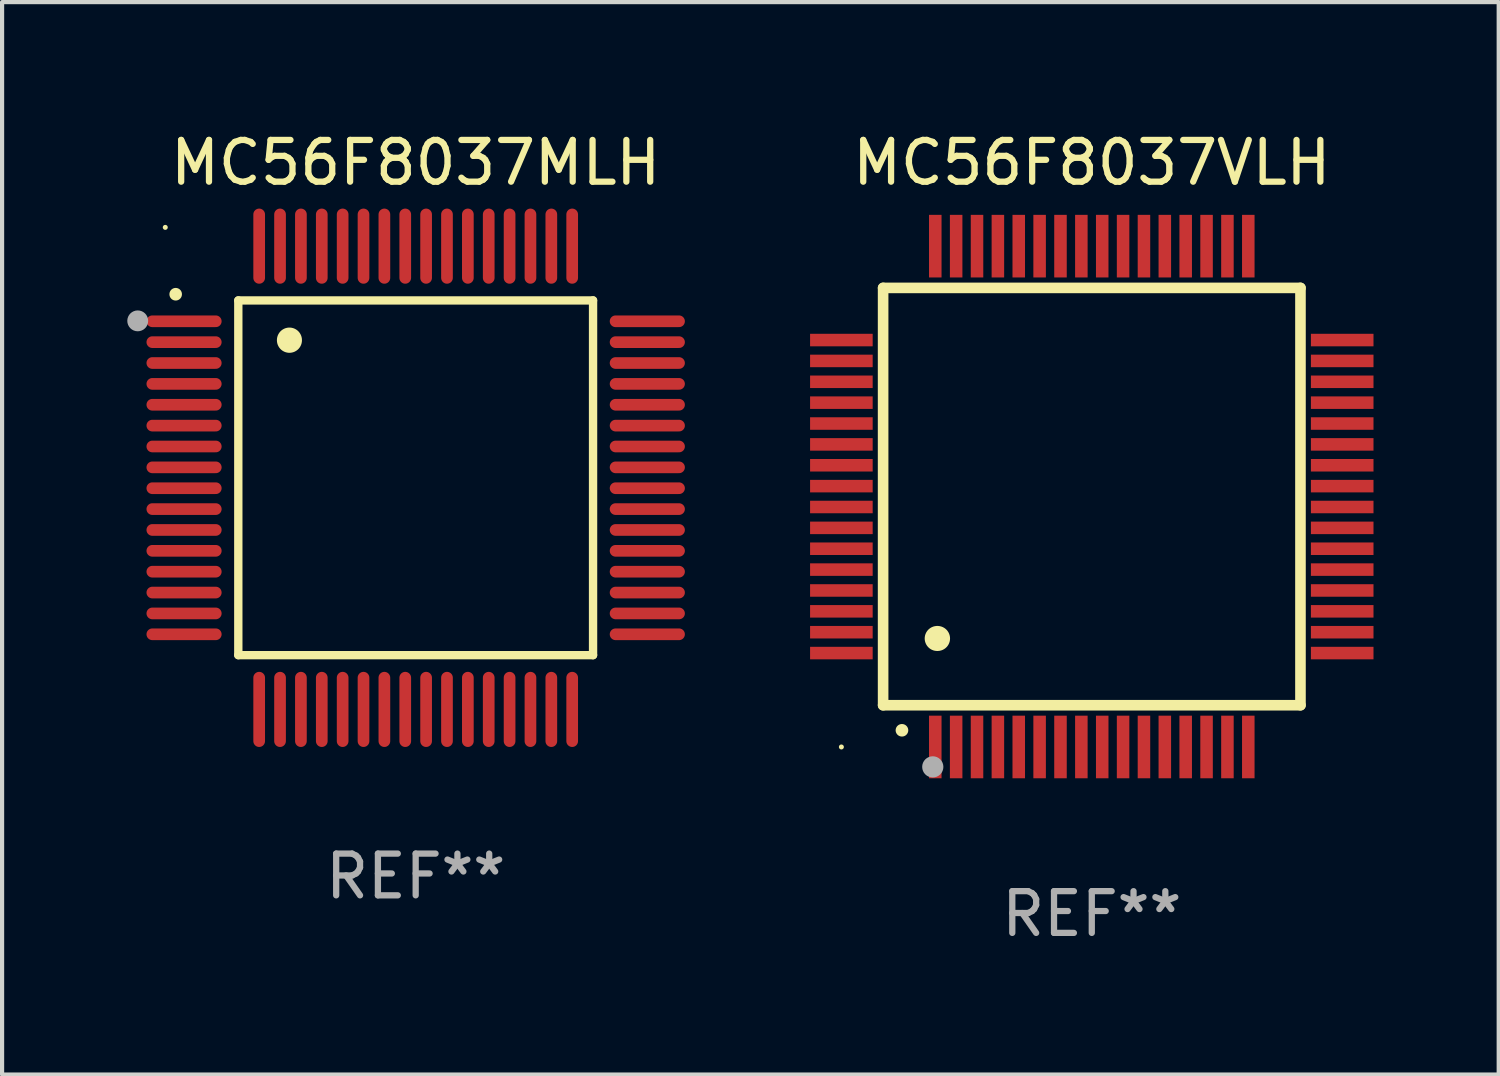
<source format=kicad_pcb>
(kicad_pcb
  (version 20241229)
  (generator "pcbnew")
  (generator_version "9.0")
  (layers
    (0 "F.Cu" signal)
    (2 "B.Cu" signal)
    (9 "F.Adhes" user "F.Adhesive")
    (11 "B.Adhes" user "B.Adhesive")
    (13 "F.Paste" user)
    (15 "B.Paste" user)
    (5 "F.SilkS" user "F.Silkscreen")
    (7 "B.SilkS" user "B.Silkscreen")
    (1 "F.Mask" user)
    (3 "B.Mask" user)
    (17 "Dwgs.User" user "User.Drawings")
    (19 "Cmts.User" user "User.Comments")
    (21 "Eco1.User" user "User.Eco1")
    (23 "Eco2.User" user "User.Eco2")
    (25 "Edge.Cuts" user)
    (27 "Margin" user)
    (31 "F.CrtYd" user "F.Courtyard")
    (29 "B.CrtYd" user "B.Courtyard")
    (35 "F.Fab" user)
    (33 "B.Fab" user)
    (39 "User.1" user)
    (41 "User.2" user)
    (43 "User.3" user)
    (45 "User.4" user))
  (footprint "MC56F8037VLH"
    (layer "F.Cu")
    (at 23.11 8.848)
    (property "Reference" "MC56F8037VLH" (at 0 -8 0) (layer "F.SilkS") (effects (font (size 1 1) (thickness 0.15))))
    (attr through_hole)
    (fp_line (start -5 -5) (end -5 5) (stroke (width 0.254) (type solid)) (layer "F.SilkS"))
    (fp_line (start -5 -5) (end 5 -5) (stroke (width 0.254) (type solid)) (layer "F.SilkS"))
    (fp_line (start -5 5) (end 5 5) (stroke (width 0.254) (type solid)) (layer "F.SilkS"))
    (fp_line (start 5 -5) (end 5 5) (stroke (width 0.254) (type solid)) (layer "F.SilkS"))
    (fp_arc (start -4.549987 5.6) (mid -4.548717 5.599995) (end -4.547447 5.6) (stroke (width 0.3) (type solid)) (layer "F.SilkS"))
    (fp_arc (start -3.703835 3.400076) (mid -3.700025 3.400052) (end -3.696215 3.400076) (stroke (width 0.6) (type solid)) (layer "F.SilkS"))
    (fp_circle (center -6 6) (end -5.97 6) (stroke (width 0.06) (type solid)) (fill no) (layer "F.SilkS"))
    (fp_circle (center -3.81 6.477) (end -3.683 6.477) (stroke (width 0.254) (type solid)) (fill no) (layer "F.Fab"))
    (fp_text user "REF**" (at 0 10 0) (layer "F.Fab") (effects (font (size 1 1) (thickness 0.15))))
    (pad "1" smd rect (at -3.75 6 180) (size 0.3 1.5) (layers "F.Cu" "F.Mask" "F.Paste"))
    (pad "2" smd rect (at -3.25 6 180) (size 0.3 1.5) (layers "F.Cu" "F.Mask" "F.Paste"))
    (pad "3" smd rect (at -2.75 6 180) (size 0.3 1.5) (layers "F.Cu" "F.Mask" "F.Paste"))
    (pad "4" smd rect (at -2.25 6 180) (size 0.3 1.5) (layers "F.Cu" "F.Mask" "F.Paste"))
    (pad "5" smd rect (at -1.75 6 180) (size 0.3 1.5) (layers "F.Cu" "F.Mask" "F.Paste"))
    (pad "6" smd rect (at -1.25 6 180) (size 0.3 1.5) (layers "F.Cu" "F.Mask" "F.Paste"))
    (pad "7" smd rect (at -0.75 6 180) (size 0.3 1.5) (layers "F.Cu" "F.Mask" "F.Paste"))
    (pad "8" smd rect (at -0.25 6 180) (size 0.3 1.5) (layers "F.Cu" "F.Mask" "F.Paste"))
    (pad "9" smd rect (at 0.25 6 180) (size 0.3 1.5) (layers "F.Cu" "F.Mask" "F.Paste"))
    (pad "10" smd rect (at 0.75 6 180) (size 0.3 1.5) (layers "F.Cu" "F.Mask" "F.Paste"))
    (pad "11" smd rect (at 1.25 6 180) (size 0.3 1.5) (layers "F.Cu" "F.Mask" "F.Paste"))
    (pad "12" smd rect (at 1.75 6 180) (size 0.3 1.5) (layers "F.Cu" "F.Mask" "F.Paste"))
    (pad "13" smd rect (at 2.25 6 180) (size 0.3 1.5) (layers "F.Cu" "F.Mask" "F.Paste"))
    (pad "14" smd rect (at 2.75 6 180) (size 0.3 1.5) (layers "F.Cu" "F.Mask" "F.Paste"))
    (pad "15" smd rect (at 3.25 6 180) (size 0.3 1.5) (layers "F.Cu" "F.Mask" "F.Paste"))
    (pad "16" smd rect (at 3.75 6 180) (size 0.3 1.5) (layers "F.Cu" "F.Mask" "F.Paste"))
    (pad "17" smd rect (at 6 3.75 90) (size 0.3 1.5) (layers "F.Cu" "F.Mask" "F.Paste"))
    (pad "18" smd rect (at 6 3.25 90) (size 0.3 1.5) (layers "F.Cu" "F.Mask" "F.Paste"))
    (pad "19" smd rect (at 6 2.75 90) (size 0.3 1.5) (layers "F.Cu" "F.Mask" "F.Paste"))
    (pad "20" smd rect (at 6 2.25 90) (size 0.3 1.5) (layers "F.Cu" "F.Mask" "F.Paste"))
    (pad "21" smd rect (at 6 1.75 90) (size 0.3 1.5) (layers "F.Cu" "F.Mask" "F.Paste"))
    (pad "22" smd rect (at 6 1.25 90) (size 0.3 1.5) (layers "F.Cu" "F.Mask" "F.Paste"))
    (pad "23" smd rect (at 6 0.75 90) (size 0.3 1.5) (layers "F.Cu" "F.Mask" "F.Paste"))
    (pad "24" smd rect (at 6 0.25 90) (size 0.3 1.5) (layers "F.Cu" "F.Mask" "F.Paste"))
    (pad "25" smd rect (at 6 -0.25 90) (size 0.3 1.5) (layers "F.Cu" "F.Mask" "F.Paste"))
    (pad "26" smd rect (at 6 -0.75 90) (size 0.3 1.5) (layers "F.Cu" "F.Mask" "F.Paste"))
    (pad "27" smd rect (at 6 -1.25 90) (size 0.3 1.5) (layers "F.Cu" "F.Mask" "F.Paste"))
    (pad "28" smd rect (at 6 -1.75 90) (size 0.3 1.5) (layers "F.Cu" "F.Mask" "F.Paste"))
    (pad "29" smd rect (at 6 -2.25 90) (size 0.3 1.5) (layers "F.Cu" "F.Mask" "F.Paste"))
    (pad "30" smd rect (at 6 -2.75 90) (size 0.3 1.5) (layers "F.Cu" "F.Mask" "F.Paste"))
    (pad "31" smd rect (at 6 -3.25 90) (size 0.3 1.5) (layers "F.Cu" "F.Mask" "F.Paste"))
    (pad "32" smd rect (at 6 -3.75 90) (size 0.3 1.5) (layers "F.Cu" "F.Mask" "F.Paste"))
    (pad "33" smd rect (at 3.75 -6 180) (size 0.3 1.5) (layers "F.Cu" "F.Mask" "F.Paste"))
    (pad "34" smd rect (at 3.25 -6 180) (size 0.3 1.5) (layers "F.Cu" "F.Mask" "F.Paste"))
    (pad "35" smd rect (at 2.75 -6 180) (size 0.3 1.5) (layers "F.Cu" "F.Mask" "F.Paste"))
    (pad "36" smd rect (at 2.25 -6 180) (size 0.3 1.5) (layers "F.Cu" "F.Mask" "F.Paste"))
    (pad "37" smd rect (at 1.75 -6 180) (size 0.3 1.5) (layers "F.Cu" "F.Mask" "F.Paste"))
    (pad "38" smd rect (at 1.25 -6 180) (size 0.3 1.5) (layers "F.Cu" "F.Mask" "F.Paste"))
    (pad "39" smd rect (at 0.75 -6 180) (size 0.3 1.5) (layers "F.Cu" "F.Mask" "F.Paste"))
    (pad "40" smd rect (at 0.25 -6 180) (size 0.3 1.5) (layers "F.Cu" "F.Mask" "F.Paste"))
    (pad "41" smd rect (at -0.25 -6 180) (size 0.3 1.5) (layers "F.Cu" "F.Mask" "F.Paste"))
    (pad "42" smd rect (at -0.75 -6 180) (size 0.3 1.5) (layers "F.Cu" "F.Mask" "F.Paste"))
    (pad "43" smd rect (at -1.25 -6 180) (size 0.3 1.5) (layers "F.Cu" "F.Mask" "F.Paste"))
    (pad "44" smd rect (at -1.75 -6 180) (size 0.3 1.5) (layers "F.Cu" "F.Mask" "F.Paste"))
    (pad "45" smd rect (at -2.25 -6 180) (size 0.3 1.5) (layers "F.Cu" "F.Mask" "F.Paste"))
    (pad "46" smd rect (at -2.75 -6 180) (size 0.3 1.5) (layers "F.Cu" "F.Mask" "F.Paste"))
    (pad "47" smd rect (at -3.25 -6 180) (size 0.3 1.5) (layers "F.Cu" "F.Mask" "F.Paste"))
    (pad "48" smd rect (at -3.75 -6 180) (size 0.3 1.5) (layers "F.Cu" "F.Mask" "F.Paste"))
    (pad "49" smd rect (at -6 -3.75 90) (size 0.3 1.5) (layers "F.Cu" "F.Mask" "F.Paste"))
    (pad "50" smd rect (at -6 -3.25 90) (size 0.3 1.5) (layers "F.Cu" "F.Mask" "F.Paste"))
    (pad "51" smd rect (at -6 -2.75 90) (size 0.3 1.5) (layers "F.Cu" "F.Mask" "F.Paste"))
    (pad "52" smd rect (at -6 -2.25 90) (size 0.3 1.5) (layers "F.Cu" "F.Mask" "F.Paste"))
    (pad "53" smd rect (at -6 -1.75 90) (size 0.3 1.5) (layers "F.Cu" "F.Mask" "F.Paste"))
    (pad "54" smd rect (at -6 -1.25 90) (size 0.3 1.5) (layers "F.Cu" "F.Mask" "F.Paste"))
    (pad "55" smd rect (at -6 -0.75 90) (size 0.3 1.5) (layers "F.Cu" "F.Mask" "F.Paste"))
    (pad "56" smd rect (at -6 -0.25 90) (size 0.3 1.5) (layers "F.Cu" "F.Mask" "F.Paste"))
    (pad "57" smd rect (at -6 0.25 90) (size 0.3 1.5) (layers "F.Cu" "F.Mask" "F.Paste"))
    (pad "58" smd rect (at -6 0.75 90) (size 0.3 1.5) (layers "F.Cu" "F.Mask" "F.Paste"))
    (pad "59" smd rect (at -6 1.25 90) (size 0.3 1.5) (layers "F.Cu" "F.Mask" "F.Paste"))
    (pad "60" smd rect (at -6 1.75 90) (size 0.3 1.5) (layers "F.Cu" "F.Mask" "F.Paste"))
    (pad "61" smd rect (at -6 2.25 90) (size 0.3 1.5) (layers "F.Cu" "F.Mask" "F.Paste"))
    (pad "62" smd rect (at -6 2.75 90) (size 0.3 1.5) (layers "F.Cu" "F.Mask" "F.Paste"))
    (pad "63" smd rect (at -6 3.25 90) (size 0.3 1.5) (layers "F.Cu" "F.Mask" "F.Paste"))
    (pad "64" smd rect (at -6 3.75 90) (size 0.3 1.5) (layers "F.Cu" "F.Mask" "F.Paste")))
  (footprint "MC56F8037MLH"
    (layer "F.Cu")
    (at 6.91 8.398)
    (property "Reference" "MC56F8037MLH" (at 0 -7.55 0) (layer "F.SilkS") (effects (font (size 1 1) (thickness 0.15))))
    (attr through_hole)
    (fp_line (start -4.25 -4.25) (end -4.25 4.25) (stroke (width 0.2) (type solid)) (layer "F.SilkS"))
    (fp_line (start -4.25 4.25) (end 4.25 4.25) (stroke (width 0.2) (type solid)) (layer "F.SilkS"))
    (fp_line (start 4.25 -4.25) (end -4.25 -4.25) (stroke (width 0.2) (type solid)) (layer "F.SilkS"))
    (fp_line (start 4.25 4.25) (end 4.25 -4.25) (stroke (width 0.2) (type solid)) (layer "F.SilkS"))
    (fp_arc (start -5.750572 -4.396749) (mid -5.750577 -4.398019) (end -5.750572 -4.399289) (stroke (width 0.3) (type solid)) (layer "F.SilkS"))
    (fp_arc (start -3.025146 -3.294387) (mid -3.025157 -3.296927) (end -3.025146 -3.299467) (stroke (width 0.6) (type solid)) (layer "F.SilkS"))
    (fp_circle (center -6 -6) (end -5.97 -6) (stroke (width 0.06) (type solid)) (fill no) (layer "F.SilkS"))
    (fp_circle (center -6.66 -3.76) (end -6.535 -3.76) (stroke (width 0.25) (type solid)) (fill no) (layer "F.Fab"))
    (fp_text user "REF**" (at 0 9.55 0) (layer "F.Fab") (effects (font (size 1 1) (thickness 0.15))))
    (pad "1" smd oval (at -5.55 -3.75) (size 1.8 0.28) (layers "F.Cu" "F.Mask" "F.Paste"))
    (pad "2" smd oval (at -5.55 -3.25) (size 1.8 0.28) (layers "F.Cu" "F.Mask" "F.Paste"))
    (pad "3" smd oval (at -5.55 -2.75) (size 1.8 0.28) (layers "F.Cu" "F.Mask" "F.Paste"))
    (pad "4" smd oval (at -5.55 -2.25) (size 1.8 0.28) (layers "F.Cu" "F.Mask" "F.Paste"))
    (pad "5" smd oval (at -5.55 -1.75) (size 1.8 0.28) (layers "F.Cu" "F.Mask" "F.Paste"))
    (pad "6" smd oval (at -5.55 -1.25) (size 1.8 0.28) (layers "F.Cu" "F.Mask" "F.Paste"))
    (pad "7" smd oval (at -5.55 -0.75) (size 1.8 0.28) (layers "F.Cu" "F.Mask" "F.Paste"))
    (pad "8" smd oval (at -5.55 -0.25) (size 1.8 0.28) (layers "F.Cu" "F.Mask" "F.Paste"))
    (pad "9" smd oval (at -5.55 0.25) (size 1.8 0.28) (layers "F.Cu" "F.Mask" "F.Paste"))
    (pad "10" smd oval (at -5.55 0.75) (size 1.8 0.28) (layers "F.Cu" "F.Mask" "F.Paste"))
    (pad "11" smd oval (at -5.55 1.25) (size 1.8 0.28) (layers "F.Cu" "F.Mask" "F.Paste"))
    (pad "12" smd oval (at -5.55 1.75) (size 1.8 0.28) (layers "F.Cu" "F.Mask" "F.Paste"))
    (pad "13" smd oval (at -5.55 2.25) (size 1.8 0.28) (layers "F.Cu" "F.Mask" "F.Paste"))
    (pad "14" smd oval (at -5.55 2.75) (size 1.8 0.28) (layers "F.Cu" "F.Mask" "F.Paste"))
    (pad "15" smd oval (at -5.55 3.25) (size 1.8 0.28) (layers "F.Cu" "F.Mask" "F.Paste"))
    (pad "16" smd oval (at -5.55 3.75) (size 1.8 0.28) (layers "F.Cu" "F.Mask" "F.Paste"))
    (pad "17" smd oval (at -3.75 5.55) (size 0.28 1.8) (layers "F.Cu" "F.Mask" "F.Paste"))
    (pad "18" smd oval (at -3.25 5.55) (size 0.28 1.8) (layers "F.Cu" "F.Mask" "F.Paste"))
    (pad "19" smd oval (at -2.75 5.55) (size 0.28 1.8) (layers "F.Cu" "F.Mask" "F.Paste"))
    (pad "20" smd oval (at -2.25 5.55) (size 0.28 1.8) (layers "F.Cu" "F.Mask" "F.Paste"))
    (pad "21" smd oval (at -1.75 5.55) (size 0.28 1.8) (layers "F.Cu" "F.Mask" "F.Paste"))
    (pad "22" smd oval (at -1.25 5.55) (size 0.28 1.8) (layers "F.Cu" "F.Mask" "F.Paste"))
    (pad "23" smd oval (at -0.75 5.55) (size 0.28 1.8) (layers "F.Cu" "F.Mask" "F.Paste"))
    (pad "24" smd oval (at -0.25 5.55) (size 0.28 1.8) (layers "F.Cu" "F.Mask" "F.Paste"))
    (pad "25" smd oval (at 0.25 5.55) (size 0.28 1.8) (layers "F.Cu" "F.Mask" "F.Paste"))
    (pad "26" smd oval (at 0.75 5.55) (size 0.28 1.8) (layers "F.Cu" "F.Mask" "F.Paste"))
    (pad "27" smd oval (at 1.25 5.55) (size 0.28 1.8) (layers "F.Cu" "F.Mask" "F.Paste"))
    (pad "28" smd oval (at 1.75 5.55) (size 0.28 1.8) (layers "F.Cu" "F.Mask" "F.Paste"))
    (pad "29" smd oval (at 2.25 5.55) (size 0.28 1.8) (layers "F.Cu" "F.Mask" "F.Paste"))
    (pad "30" smd oval (at 2.75 5.55) (size 0.28 1.8) (layers "F.Cu" "F.Mask" "F.Paste"))
    (pad "31" smd oval (at 3.25 5.55) (size 0.28 1.8) (layers "F.Cu" "F.Mask" "F.Paste"))
    (pad "32" smd oval (at 3.75 5.55) (size 0.28 1.8) (layers "F.Cu" "F.Mask" "F.Paste"))
    (pad "33" smd oval (at 5.55 3.75) (size 1.8 0.28) (layers "F.Cu" "F.Mask" "F.Paste"))
    (pad "34" smd oval (at 5.55 3.25) (size 1.8 0.28) (layers "F.Cu" "F.Mask" "F.Paste"))
    (pad "35" smd oval (at 5.55 2.75) (size 1.8 0.28) (layers "F.Cu" "F.Mask" "F.Paste"))
    (pad "36" smd oval (at 5.55 2.25) (size 1.8 0.28) (layers "F.Cu" "F.Mask" "F.Paste"))
    (pad "37" smd oval (at 5.55 1.75) (size 1.8 0.28) (layers "F.Cu" "F.Mask" "F.Paste"))
    (pad "38" smd oval (at 5.55 1.25) (size 1.8 0.28) (layers "F.Cu" "F.Mask" "F.Paste"))
    (pad "39" smd oval (at 5.55 0.75) (size 1.8 0.28) (layers "F.Cu" "F.Mask" "F.Paste"))
    (pad "40" smd oval (at 5.55 0.25) (size 1.8 0.28) (layers "F.Cu" "F.Mask" "F.Paste"))
    (pad "41" smd oval (at 5.55 -0.25) (size 1.8 0.28) (layers "F.Cu" "F.Mask" "F.Paste"))
    (pad "42" smd oval (at 5.55 -0.75) (size 1.8 0.28) (layers "F.Cu" "F.Mask" "F.Paste"))
    (pad "43" smd oval (at 5.55 -1.25) (size 1.8 0.28) (layers "F.Cu" "F.Mask" "F.Paste"))
    (pad "44" smd oval (at 5.55 -1.75) (size 1.8 0.28) (layers "F.Cu" "F.Mask" "F.Paste"))
    (pad "45" smd oval (at 5.55 -2.25) (size 1.8 0.28) (layers "F.Cu" "F.Mask" "F.Paste"))
    (pad "46" smd oval (at 5.55 -2.75) (size 1.8 0.28) (layers "F.Cu" "F.Mask" "F.Paste"))
    (pad "47" smd oval (at 5.55 -3.25) (size 1.8 0.28) (layers "F.Cu" "F.Mask" "F.Paste"))
    (pad "48" smd oval (at 5.55 -3.75) (size 1.8 0.28) (layers "F.Cu" "F.Mask" "F.Paste"))
    (pad "49" smd oval (at 3.75 -5.55) (size 0.28 1.8) (layers "F.Cu" "F.Mask" "F.Paste"))
    (pad "50" smd oval (at 3.25 -5.55) (size 0.28 1.8) (layers "F.Cu" "F.Mask" "F.Paste"))
    (pad "51" smd oval (at 2.75 -5.55) (size 0.28 1.8) (layers "F.Cu" "F.Mask" "F.Paste"))
    (pad "52" smd oval (at 2.25 -5.55) (size 0.28 1.8) (layers "F.Cu" "F.Mask" "F.Paste"))
    (pad "53" smd oval (at 1.75 -5.55) (size 0.28 1.8) (layers "F.Cu" "F.Mask" "F.Paste"))
    (pad "54" smd oval (at 1.25 -5.55) (size 0.28 1.8) (layers "F.Cu" "F.Mask" "F.Paste"))
    (pad "55" smd oval (at 0.75 -5.55) (size 0.28 1.8) (layers "F.Cu" "F.Mask" "F.Paste"))
    (pad "56" smd oval (at 0.25 -5.55) (size 0.28 1.8) (layers "F.Cu" "F.Mask" "F.Paste"))
    (pad "57" smd oval (at -0.25 -5.55) (size 0.28 1.8) (layers "F.Cu" "F.Mask" "F.Paste"))
    (pad "58" smd oval (at -0.75 -5.55) (size 0.28 1.8) (layers "F.Cu" "F.Mask" "F.Paste"))
    (pad "59" smd oval (at -1.25 -5.55) (size 0.28 1.8) (layers "F.Cu" "F.Mask" "F.Paste"))
    (pad "60" smd oval (at -1.75 -5.55) (size 0.28 1.8) (layers "F.Cu" "F.Mask" "F.Paste"))
    (pad "61" smd oval (at -2.25 -5.55) (size 0.28 1.8) (layers "F.Cu" "F.Mask" "F.Paste"))
    (pad "62" smd oval (at -2.75 -5.55) (size 0.28 1.8) (layers "F.Cu" "F.Mask" "F.Paste"))
    (pad "63" smd oval (at -3.25 -5.55) (size 0.28 1.8) (layers "F.Cu" "F.Mask" "F.Paste"))
    (pad "64" smd oval (at -3.75 -5.55) (size 0.28 1.8) (layers "F.Cu" "F.Mask" "F.Paste")))
  (gr_rect
    (start -3 -3)
    (end 32.86 22.697)
    (stroke (width 0.1) (type default))
    (fill no)
    (layer "Edge.Cuts")))
</source>
